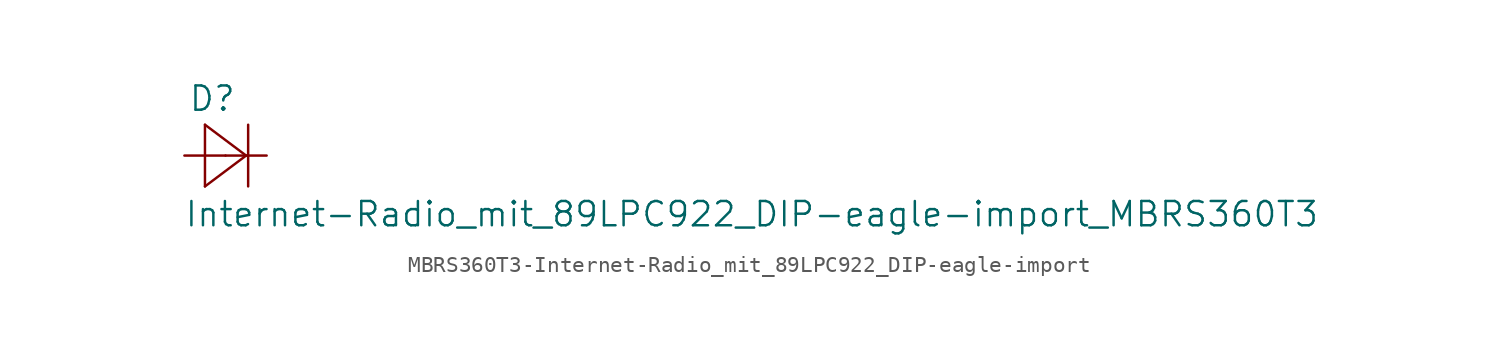
<source format=kicad_sym>
(kicad_symbol_lib
  (version 20220914)
  (generator kicad_symbol_editor)
  (symbol "MBRS360T3-Internet-Radio_mit_89LPC922_DIP-eagle-import"
    (pin_names
      (offset 1.016))
    (property "Reference" "D"
      (at -2.311 2.642 0)
      (effects (font (size 1.499 1.499)) (justify left bottom)))
    (property "Value" "Internet-Radio_mit_89LPC922_DIP-eagle-import_MBRS360T3"
      (at -2.565 -4.496 0)
      (effects (font (size 1.499 1.499)) (justify left bottom)))
    (property "ki_locked" ""
      (at 0 0 0)
      (effects (font (size 1.27 1.27))))
    (symbol "MBRS360T3-Internet-Radio_mit_89LPC922_DIP-eagle-import_1_0"
      (polyline (pts (xy -1.27 -1.905) (xy 1.27 0)) (stroke (width 0) (type solid)) (fill (type none)))
      (polyline (pts (xy -1.27 1.905) (xy -1.27 -1.905)) (stroke (width 0) (type solid)) (fill (type none)))
      (polyline (pts (xy 1.27 0) (xy -1.27 1.905)) (stroke (width 0) (type solid)) (fill (type none)))
      (polyline (pts (xy 1.397 1.905) (xy 1.397 -1.905)) (stroke (width 0) (type solid)) (fill (type none)))
      (pin passive line (at -2.54 0 0) (length 2.54) (name "A" (effects (font (size 0 0)))) (number "A" (effects (font (size 0 0)))))
      (pin passive line (at 2.54 0 180) (length 2.54) (name "C" (effects (font (size 0 0)))) (number "C" (effects (font (size 0 0))))))))
</source>
